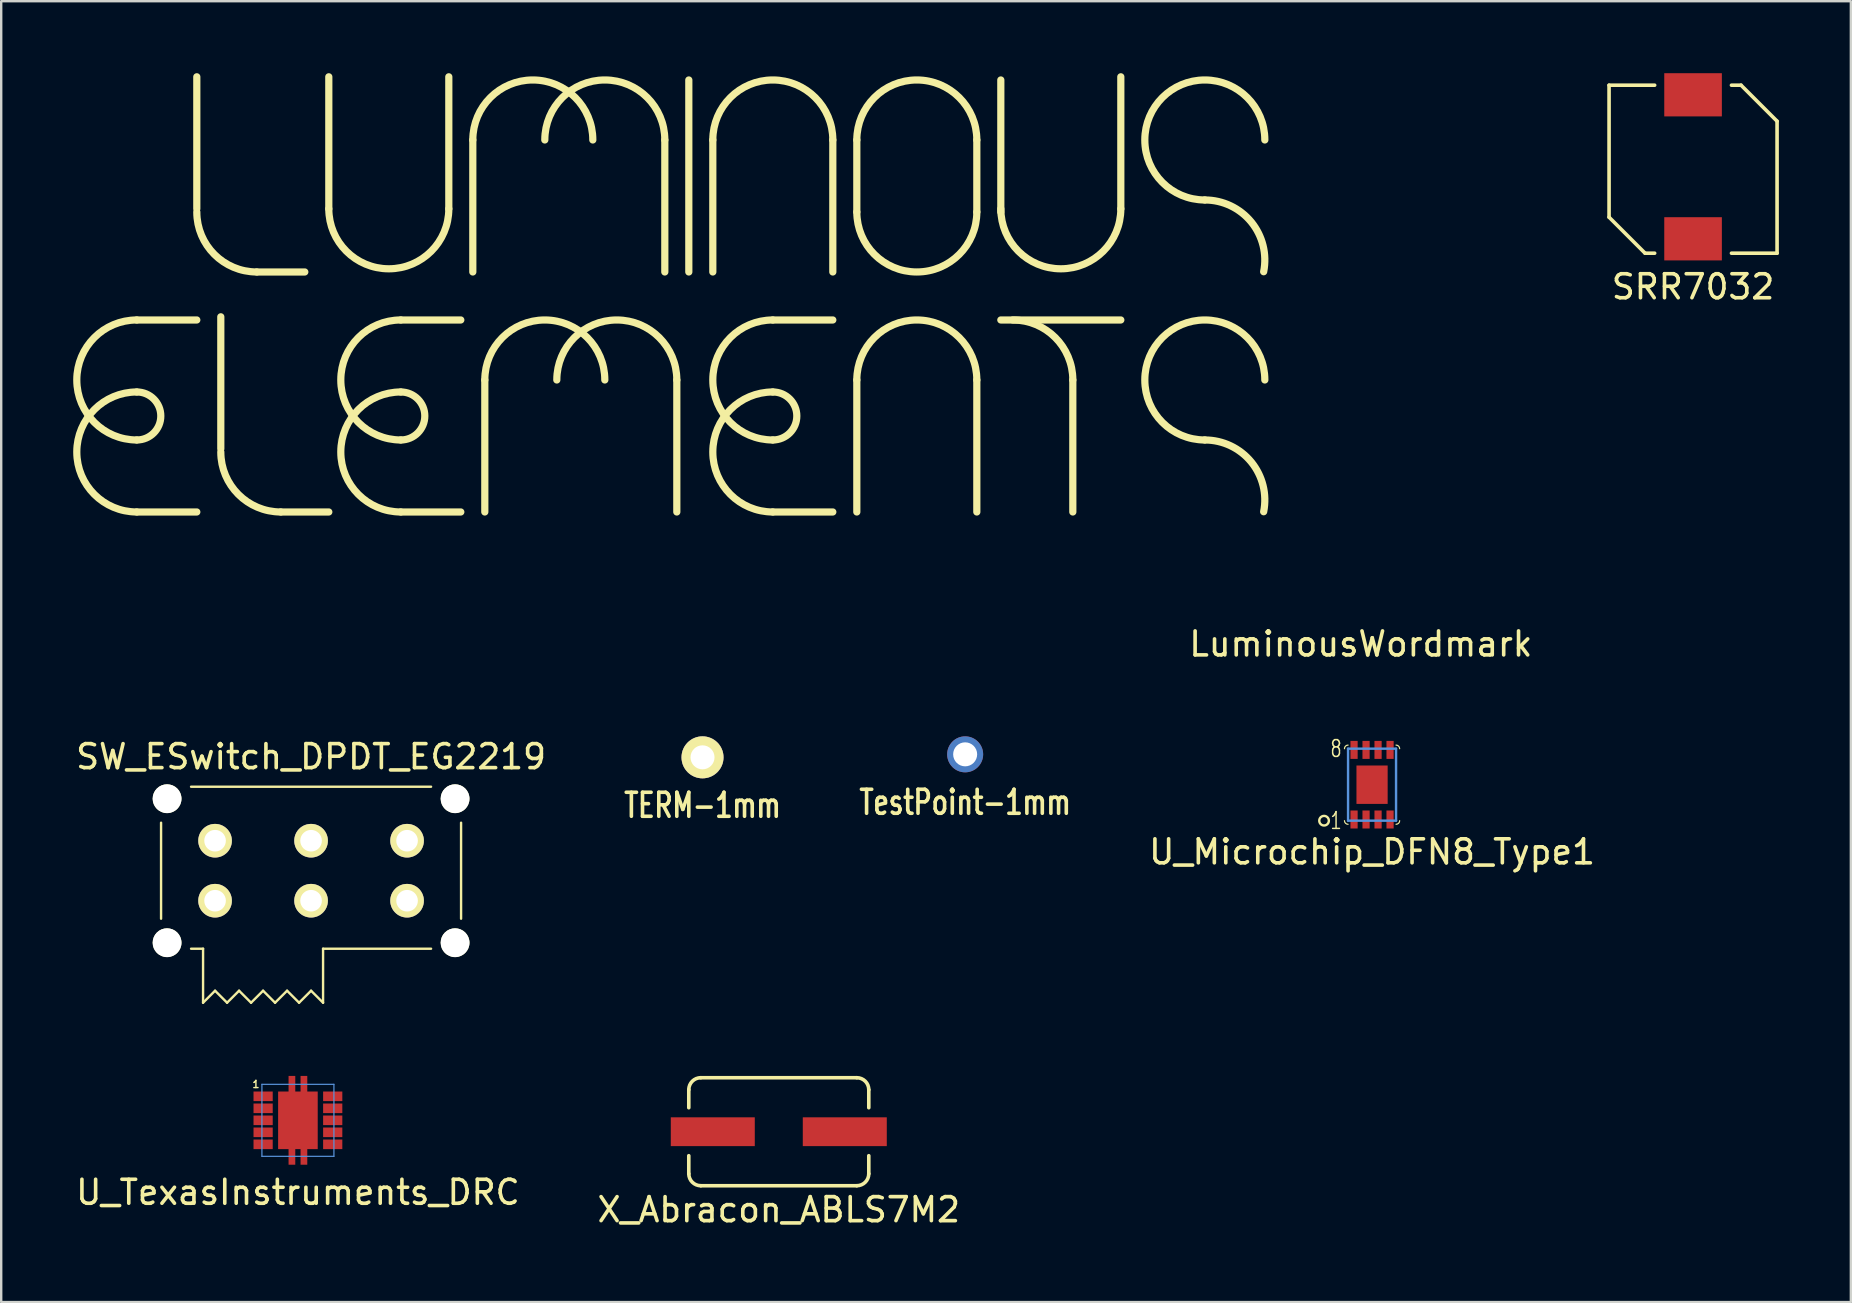
<source format=kicad_pcb>
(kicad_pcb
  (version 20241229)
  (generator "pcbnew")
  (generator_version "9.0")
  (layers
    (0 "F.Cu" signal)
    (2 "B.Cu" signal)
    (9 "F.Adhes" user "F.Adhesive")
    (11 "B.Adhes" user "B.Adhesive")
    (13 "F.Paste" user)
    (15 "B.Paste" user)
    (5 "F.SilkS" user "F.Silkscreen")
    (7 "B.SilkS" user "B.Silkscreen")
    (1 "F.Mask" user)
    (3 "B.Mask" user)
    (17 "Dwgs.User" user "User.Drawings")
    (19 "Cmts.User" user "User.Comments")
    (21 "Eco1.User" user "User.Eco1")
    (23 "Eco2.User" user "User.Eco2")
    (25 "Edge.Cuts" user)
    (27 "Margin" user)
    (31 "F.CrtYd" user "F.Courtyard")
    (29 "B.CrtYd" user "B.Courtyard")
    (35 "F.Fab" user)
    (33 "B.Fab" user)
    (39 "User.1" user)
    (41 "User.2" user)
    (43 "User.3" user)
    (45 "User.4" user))
  (footprint "TERM-1mm"
    (layer "F.Cu")
    (at 26.221 28.505)
    (property "Reference" "TERM-1mm" (at 0 2 0) (layer "F.SilkS") (effects (font (size 1 0.75) (thickness 0.15))))
    (attr through_hole)
    (pad "1" thru_hole circle (at 0 0) (size 1.75 1.75) (drill 1) (layers "*.Cu" "*.Mask" "F.SilkS")))
  (footprint "SW_ESwitch_DPDT_EG2219"
    (layer "F.Cu")
    (at 9.911 33.229)
    (property "Reference" "SW_ESwitch_DPDT_EG2219" (at 0 -4.75 0) (layer "F.SilkS") (effects (font (size 1 1) (thickness 0.15))))
    (attr through_hole)
    (fp_line (start -6.25 -2) (end -6.25 2) (stroke (width 0.1) (type solid)) (layer "F.SilkS"))
    (fp_line (start -5 -3.5) (end 5 -3.5) (stroke (width 0.1) (type solid)) (layer "F.SilkS"))
    (fp_line (start -5 3.25) (end -4.5 3.25) (stroke (width 0.1) (type solid)) (layer "F.SilkS"))
    (fp_line (start -4.5 3.25) (end -4.5 5.5) (stroke (width 0.1) (type solid)) (layer "F.SilkS"))
    (fp_line (start -4.5 5.5) (end -4 5) (stroke (width 0.1) (type solid)) (layer "F.SilkS"))
    (fp_line (start -4 5) (end -3.5 5.5) (stroke (width 0.1) (type solid)) (layer "F.SilkS"))
    (fp_line (start -3.5 5.5) (end -3 5) (stroke (width 0.1) (type solid)) (layer "F.SilkS"))
    (fp_line (start -3 5) (end -2.5 5.5) (stroke (width 0.1) (type solid)) (layer "F.SilkS"))
    (fp_line (start -2.5 5.5) (end -2 5) (stroke (width 0.1) (type solid)) (layer "F.SilkS"))
    (fp_line (start -2 5) (end -1.5 5.5) (stroke (width 0.1) (type solid)) (layer "F.SilkS"))
    (fp_line (start -1.5 5.5) (end -1 5) (stroke (width 0.1) (type solid)) (layer "F.SilkS"))
    (fp_line (start -1 5) (end -0.5 5.5) (stroke (width 0.1) (type solid)) (layer "F.SilkS"))
    (fp_line (start -0.5 5.5) (end 0 5) (stroke (width 0.1) (type solid)) (layer "F.SilkS"))
    (fp_line (start 0 5) (end 0.5 5.5) (stroke (width 0.1) (type solid)) (layer "F.SilkS"))
    (fp_line (start 0.5 3.25) (end 5 3.25) (stroke (width 0.1) (type solid)) (layer "F.SilkS"))
    (fp_line (start 0.5 5.5) (end 0.5 3.25) (stroke (width 0.1) (type solid)) (layer "F.SilkS"))
    (fp_line (start 6.25 -2) (end 6.25 2) (stroke (width 0.1) (type solid)) (layer "F.SilkS"))
    (pad "" np_thru_hole circle (at -6 -3) (size 1.2 1.2) (drill 1.2) (layers "*.Cu" "*.Mask" "F.SilkS"))
    (pad "" np_thru_hole circle (at -6 3) (size 1.2 1.2) (drill 1.2) (layers "*.Cu" "*.Mask" "F.SilkS"))
    (pad "" np_thru_hole circle (at 6 -3) (size 1.2 1.2) (drill 1.2) (layers "*.Cu" "*.Mask" "F.SilkS"))
    (pad "" np_thru_hole circle (at 6 3) (size 1.2 1.2) (drill 1.2) (layers "*.Cu" "*.Mask" "F.SilkS"))
    (pad "1" thru_hole circle (at -4 1.25) (size 1.4 1.4) (drill 0.9) (layers "*.Cu" "*.Mask" "F.SilkS"))
    (pad "2" thru_hole circle (at 0 1.25) (size 1.4 1.4) (drill 0.9) (layers "*.Cu" "*.Mask" "F.SilkS"))
    (pad "3" thru_hole circle (at 4 1.25) (size 1.4 1.4) (drill 0.9) (layers "*.Cu" "*.Mask" "F.SilkS"))
    (pad "4" thru_hole circle (at -4 -1.25) (size 1.4 1.4) (drill 0.9) (layers "*.Cu" "*.Mask" "F.SilkS"))
    (pad "5" thru_hole circle (at 0 -1.25) (size 1.4 1.4) (drill 0.9) (layers "*.Cu" "*.Mask" "F.SilkS"))
    (pad "6" thru_hole circle (at 4 -1.25) (size 1.4 1.4) (drill 0.9) (layers "*.Cu" "*.Mask" "F.SilkS")))
  (footprint "SRR7032"
    (layer "F.Cu")
    (at 67.493 0.9)
    (property "Reference" "SRR7032" (at 0 8 0) (layer "F.SilkS") (effects (font (size 1 1) (thickness 0.15))))
    (attr through_hole)
    (fp_line (start -3.5 -0.4) (end -3.5 5.1) (stroke (width 0.15) (type solid)) (layer "F.SilkS"))
    (fp_line (start -3.5 -0.4) (end -1.6 -0.4) (stroke (width 0.15) (type solid)) (layer "F.SilkS"))
    (fp_line (start -3.5 5.1) (end -2 6.6) (stroke (width 0.15) (type solid)) (layer "F.SilkS"))
    (fp_line (start -2 6.6) (end -1.6 6.6) (stroke (width 0.15) (type solid)) (layer "F.SilkS"))
    (fp_line (start 1.6 -0.4) (end 2 -0.4) (stroke (width 0.15) (type solid)) (layer "F.SilkS"))
    (fp_line (start 1.6 6.6) (end 3.5 6.6) (stroke (width 0.15) (type solid)) (layer "F.SilkS"))
    (fp_line (start 2 -0.4) (end 3.5 1.1) (stroke (width 0.15) (type solid)) (layer "F.SilkS"))
    (fp_line (start 3.5 1.1) (end 3.5 6.6) (stroke (width 0.15) (type solid)) (layer "F.SilkS"))
    (pad "1" smd rect (at 0 0) (size 2.4 1.8) (layers "F.Cu" "F.Mask" "F.Paste"))
    (pad "2" smd rect (at 0 6) (size 2.4 1.8) (layers "F.Cu" "F.Mask" "F.Paste")))
  (footprint "U_Microchip_DFN8_Type1"
    (layer "F.Cu")
    (at 54.118 29.645)
    (property "Reference" "U_Microchip_DFN8_Type1" (at 0 2.8 0) (layer "F.SilkS") (effects (font (size 1 1) (thickness 0.15))))
    (attr through_hole)
    (fp_arc (start -1.15 -1.5) (mid -1.106066 -1.606066) (end -1 -1.65) (stroke (width 0.05) (type solid)) (layer "F.SilkS"))
    (fp_arc (start -1 1.65) (mid -1.106066 1.606066) (end -1.15 1.5) (stroke (width 0.05) (type solid)) (layer "F.SilkS"))
    (fp_arc (start 1 -1.65) (mid 1.106066 -1.606066) (end 1.15 -1.5) (stroke (width 0.05) (type solid)) (layer "F.SilkS"))
    (fp_arc (start 1.15 1.5) (mid 1.106066 1.606066) (end 1 1.65) (stroke (width 0.05) (type solid)) (layer "F.SilkS"))
    (fp_circle (center -2 1.5) (end -2 1.3) (stroke (width 0.1) (type solid)) (fill no) (layer "F.SilkS"))
    (fp_line (start -1 -1.5) (end 1 -1.5) (stroke (width 0.1) (type solid)) (layer "Cmts.User"))
    (fp_line (start -1 1.5) (end -1 -1.5) (stroke (width 0.1) (type solid)) (layer "Cmts.User"))
    (fp_line (start 1 -1.5) (end 1 1.5) (stroke (width 0.1) (type solid)) (layer "Cmts.User"))
    (fp_line (start 1 1.5) (end -1 1.5) (stroke (width 0.1) (type solid)) (layer "Cmts.User"))
    (fp_text user "8" (at -1.5 -1.5 0) (layer "F.SilkS") (effects (font (size 0.7 0.5) (thickness 0.06))))
    (fp_text user "1" (at -1.5 1.5 0) (layer "F.SilkS") (effects (font (size 0.7 0.5) (thickness 0.06))))
    (pad "1" smd rect (at 0.75 -1.45) (size 0.3 0.75) (layers "F.Cu" "F.Mask" "F.Paste"))
    (pad "2" smd rect (at 0 0) (size 1.3 1.6) (layers "F.Cu" "F.Mask" "F.Paste"))
    (pad "2" smd rect (at 0.25 -1.45) (size 0.3 0.75) (layers "F.Cu" "F.Mask" "F.Paste"))
    (pad "3" smd rect (at 0.25 1.45) (size 0.3 0.75) (layers "F.Cu" "F.Mask" "F.Paste"))
    (pad "3" smd rect (at 0.75 1.45) (size 0.3 0.75) (layers "F.Cu" "F.Mask" "F.Paste"))
    (pad "4" smd rect (at -0.75 1.45) (size 0.3 0.75) (layers "F.Cu" "F.Mask" "F.Paste"))
    (pad "4" smd rect (at -0.25 1.45) (size 0.3 0.75) (layers "F.Cu" "F.Mask" "F.Paste"))
    (pad "5" smd rect (at -0.75 -1.45) (size 0.3 0.75) (layers "F.Cu" "F.Mask" "F.Paste"))
    (pad "7" smd rect (at -0.25 -1.45) (size 0.3 0.75) (layers "F.Cu" "F.Mask" "F.Paste")))
  (footprint "TestPoint-1mm"
    (layer "F.Cu")
    (at 37.164 28.38)
    (property "Reference" "TestPoint-1mm" (at 0 2 0) (layer "F.SilkS") (effects (font (size 1 0.75) (thickness 0.15))))
    (attr through_hole)
    (pad "1" thru_hole circle (at 0 0) (size 1.5 1.5) (drill 1) (layers "*.Cu" "*.Mask")))
  (footprint "LuminousWordmark"
    (layer "F.Cu")
    (at 49.65 18.282)
    (property "Reference" "LuminousWordmark" (at 4 5.5 0) (layer "F.SilkS") (effects (font (size 1 1) (thickness 0.15))))
    (attr through_hole)
    (fp_line (start -47 -8) (end -44.5 -8) (stroke (width 0.3) (type solid)) (layer "F.SilkS"))
    (fp_line (start -47 0) (end -44.5 0) (stroke (width 0.3) (type solid)) (layer "F.SilkS"))
    (fp_line (start -44.5 -18.132) (end -44.5 -12.632) (stroke (width 0.3) (type solid)) (layer "F.SilkS"))
    (fp_line (start -43.5 -8.132) (end -43.5 -2.632) (stroke (width 0.3) (type solid)) (layer "F.SilkS"))
    (fp_line (start -42 -10) (end -40 -10) (stroke (width 0.3) (type solid)) (layer "F.SilkS"))
    (fp_line (start -41 0) (end -39 0) (stroke (width 0.3) (type solid)) (layer "F.SilkS"))
    (fp_line (start -39 -18.132) (end -39 -12.632) (stroke (width 0.3) (type solid)) (layer "F.SilkS"))
    (fp_line (start -36 -8) (end -33.5 -8) (stroke (width 0.3) (type solid)) (layer "F.SilkS"))
    (fp_line (start -36 0) (end -33.5 0) (stroke (width 0.3) (type solid)) (layer "F.SilkS"))
    (fp_line (start -34 -12.632) (end -34 -18.132) (stroke (width 0.3) (type solid)) (layer "F.SilkS"))
    (fp_line (start -33 -15.5) (end -33 -10) (stroke (width 0.3) (type solid)) (layer "F.SilkS"))
    (fp_line (start -32.5 -5.5) (end -32.5 0) (stroke (width 0.3) (type solid)) (layer "F.SilkS"))
    (fp_line (start -25 -15.5) (end -25 -10) (stroke (width 0.3) (type solid)) (layer "F.SilkS"))
    (fp_line (start -24.5 -5.5) (end -24.5 0) (stroke (width 0.3) (type solid)) (layer "F.SilkS"))
    (fp_line (start -24 -10) (end -24 -18) (stroke (width 0.3) (type solid)) (layer "F.SilkS"))
    (fp_line (start -23 -10) (end -23 -15.5) (stroke (width 0.3) (type solid)) (layer "F.SilkS"))
    (fp_line (start -20.5 -8) (end -18 -8) (stroke (width 0.3) (type solid)) (layer "F.SilkS"))
    (fp_line (start -20.5 0) (end -18 0) (stroke (width 0.3) (type solid)) (layer "F.SilkS"))
    (fp_line (start -18 -15.5) (end -18 -10) (stroke (width 0.3) (type solid)) (layer "F.SilkS"))
    (fp_line (start -17 -15.5) (end -17 -12.5) (stroke (width 0.3) (type solid)) (layer "F.SilkS"))
    (fp_line (start -17 0) (end -17 -5.5) (stroke (width 0.3) (type solid)) (layer "F.SilkS"))
    (fp_line (start -12 -12.5) (end -12 -15.5) (stroke (width 0.3) (type solid)) (layer "F.SilkS"))
    (fp_line (start -12 -5.5) (end -12 0) (stroke (width 0.3) (type solid)) (layer "F.SilkS"))
    (fp_line (start -11 -18) (end -11 -12.5) (stroke (width 0.3) (type solid)) (layer "F.SilkS"))
    (fp_line (start -11 -8) (end -6 -8) (stroke (width 0.3) (type solid)) (layer "F.SilkS"))
    (fp_line (start -8 0) (end -8 -5.5) (stroke (width 0.3) (type solid)) (layer "F.SilkS"))
    (fp_line (start -6 -12.632) (end -6 -18.132) (stroke (width 0.3) (type solid)) (layer "F.SilkS"))
    (fp_arc (start -47 -5) (mid -46 -4) (end -47 -3) (stroke (width 0.3) (type solid)) (layer "F.SilkS"))
    (fp_arc (start -47 -3) (mid -49.5 -5.5) (end -47 -8) (stroke (width 0.3) (type solid)) (layer "F.SilkS"))
    (fp_arc (start -47 0) (mid -49.5 -2.5) (end -47 -5) (stroke (width 0.3) (type solid)) (layer "F.SilkS"))
    (fp_arc (start -42 -10) (mid -43.767767 -10.732233) (end -44.5 -12.5) (stroke (width 0.3) (type solid)) (layer "F.SilkS"))
    (fp_arc (start -41 0) (mid -42.767767 -0.732233) (end -43.5 -2.5) (stroke (width 0.3) (type solid)) (layer "F.SilkS"))
    (fp_arc (start -36 -5) (mid -35 -4) (end -36 -3) (stroke (width 0.3) (type solid)) (layer "F.SilkS"))
    (fp_arc (start -36 -3) (mid -38.5 -5.5) (end -36 -8) (stroke (width 0.3) (type solid)) (layer "F.SilkS"))
    (fp_arc (start -36 0) (mid -38.5 -2.5) (end -36 -5) (stroke (width 0.3) (type solid)) (layer "F.SilkS"))
    (fp_arc (start -34 -12.632122) (mid -36.5 -10.132122) (end -39 -12.632122) (stroke (width 0.3) (type solid)) (layer "F.SilkS"))
    (fp_arc (start -33 -15.5) (mid -30.5 -18) (end -28 -15.5) (stroke (width 0.3) (type solid)) (layer "F.SilkS"))
    (fp_arc (start -32.5 -5.5) (mid -30 -8) (end -27.5 -5.5) (stroke (width 0.3) (type solid)) (layer "F.SilkS"))
    (fp_arc (start -30 -15.5) (mid -27.5 -18) (end -25 -15.5) (stroke (width 0.3) (type solid)) (layer "F.SilkS"))
    (fp_arc (start -29.5 -5.5) (mid -27 -8) (end -24.5 -5.5) (stroke (width 0.3) (type solid)) (layer "F.SilkS"))
    (fp_arc (start -23 -15.5) (mid -20.5 -18) (end -18 -15.5) (stroke (width 0.3) (type solid)) (layer "F.SilkS"))
    (fp_arc (start -20.5 -5) (mid -19.5 -4) (end -20.5 -3) (stroke (width 0.3) (type solid)) (layer "F.SilkS"))
    (fp_arc (start -20.5 -3) (mid -23 -5.5) (end -20.5 -8) (stroke (width 0.3) (type solid)) (layer "F.SilkS"))
    (fp_arc (start -20.5 0) (mid -23 -2.5) (end -20.5 -5) (stroke (width 0.3) (type solid)) (layer "F.SilkS"))
    (fp_arc (start -17 -15.5) (mid -14.5 -18) (end -12 -15.5) (stroke (width 0.3) (type solid)) (layer "F.SilkS"))
    (fp_arc (start -17 -5.5) (mid -14.5 -8) (end -12 -5.5) (stroke (width 0.3) (type solid)) (layer "F.SilkS"))
    (fp_arc (start -12 -12.5) (mid -14.5 -10) (end -17 -12.5) (stroke (width 0.3) (type solid)) (layer "F.SilkS"))
    (fp_arc (start -10.5 -8) (mid -8.732233 -7.267767) (end -8 -5.5) (stroke (width 0.3) (type solid)) (layer "F.SilkS"))
    (fp_arc (start -6 -12.632122) (mid -8.5 -10.132122) (end -11 -12.632122) (stroke (width 0.3) (type solid)) (layer "F.SilkS"))
    (fp_arc (start -2.5 -13) (mid -0.566782 -12.08514) (end -0.048463 -10.010135) (stroke (width 0.3) (type solid)) (layer "F.SilkS"))
    (fp_arc (start -2.5 -13) (mid -4.267767 -17.267767) (end 0 -15.5) (stroke (width 0.3) (type solid)) (layer "F.SilkS"))
    (fp_arc (start -2.5 -3) (mid -0.566782 -2.08514) (end -0.048463 -0.010135) (stroke (width 0.3) (type solid)) (layer "F.SilkS"))
    (fp_arc (start -2.5 -3) (mid -4.267767 -7.267767) (end 0 -5.5) (stroke (width 0.3) (type solid)) (layer "F.SilkS")))
  (footprint "X_Abracon_ABLS7M2"
    (layer "F.Cu")
    (at 29.399 44.104)
    (property "Reference" "X_Abracon_ABLS7M2" (at 0 3.25 0) (layer "F.SilkS") (effects (font (size 1 1) (thickness 0.15))))
    (attr through_hole)
    (fp_line (start -3.75 -1.75) (end -3.75 -1) (stroke (width 0.15) (type solid)) (layer "F.SilkS"))
    (fp_line (start -3.75 1.75) (end -3.75 1) (stroke (width 0.15) (type solid)) (layer "F.SilkS"))
    (fp_line (start -3.25 -2.25) (end 3.25 -2.25) (stroke (width 0.15) (type solid)) (layer "F.SilkS"))
    (fp_line (start 3.25 2.25) (end -3.25 2.25) (stroke (width 0.15) (type solid)) (layer "F.SilkS"))
    (fp_line (start 3.75 -1.75) (end 3.75 -1) (stroke (width 0.15) (type solid)) (layer "F.SilkS"))
    (fp_line (start 3.75 1.75) (end 3.75 1) (stroke (width 0.15) (type solid)) (layer "F.SilkS"))
    (fp_arc (start -3.75 -1.75) (mid -3.603553 -2.103553) (end -3.25 -2.25) (stroke (width 0.15) (type solid)) (layer "F.SilkS"))
    (fp_arc (start -3.25 2.25) (mid -3.603553 2.103553) (end -3.75 1.75) (stroke (width 0.15) (type solid)) (layer "F.SilkS"))
    (fp_arc (start 3.25 -2.25) (mid 3.603553 -2.103553) (end 3.75 -1.75) (stroke (width 0.15) (type solid)) (layer "F.SilkS"))
    (fp_arc (start 3.75 1.75) (mid 3.603553 2.103553) (end 3.25 2.25) (stroke (width 0.15) (type solid)) (layer "F.SilkS"))
    (pad "1" smd rect (at -2.75 0) (size 3.5 1.2) (layers "F.Cu" "F.Mask" "F.Paste"))
    (pad "2" smd rect (at 2.75 0) (size 3.5 1.2) (layers "F.Cu" "F.Mask" "F.Paste")))
  (footprint "U_TexasInstruments_DRC"
    (layer "F.Cu")
    (at 9.363 43.629)
    (property "Reference" "U_TexasInstruments_DRC" (at 0 3 0) (layer "F.SilkS") (effects (font (size 1 1) (thickness 0.15))))
    (attr through_hole)
    (fp_line (start -1.5 -1.5) (end 1.5 -1.5) (stroke (width 0.05) (type solid)) (layer "Cmts.User"))
    (fp_line (start -1.5 1.5) (end -1.5 -1.5) (stroke (width 0.05) (type solid)) (layer "Cmts.User"))
    (fp_line (start 1.5 -1.5) (end 1.5 1.5) (stroke (width 0.05) (type solid)) (layer "Cmts.User"))
    (fp_line (start 1.5 1.5) (end -1.5 1.5) (stroke (width 0.05) (type solid)) (layer "Cmts.User"))
    (fp_text user "1" (at -1.75 -1.5 0) (layer "F.SilkS") (effects (font (size 0.3 0.3) (thickness 0.06))))
    (pad "1" smd rect (at -1.45 -1 270) (size 0.4 0.8) (layers "F.Cu" "F.Mask" "F.Paste"))
    (pad "2" smd rect (at -1.45 -0.5 270) (size 0.4 0.8) (layers "F.Cu" "F.Mask" "F.Paste"))
    (pad "3" smd rect (at -1.45 0 270) (size 0.4 0.8) (layers "F.Cu" "F.Mask" "F.Paste"))
    (pad "4" smd rect (at -1.45 0.5 270) (size 0.4 0.8) (layers "F.Cu" "F.Mask" "F.Paste"))
    (pad "4" smd rect (at -0.25 -1.5 270) (size 0.7 0.28) (layers "F.Cu" "F.Mask" "F.Paste"))
    (pad "4" smd rect (at -0.25 1.5 270) (size 0.7 0.28) (layers "F.Cu" "F.Mask" "F.Paste"))
    (pad "4" smd rect (at 0 0 270) (size 2.4 1.65) (layers "F.Cu" "F.Mask" "F.Paste"))
    (pad "4" smd rect (at 0.25 -1.5 270) (size 0.7 0.28) (layers "F.Cu" "F.Mask" "F.Paste"))
    (pad "4" smd rect (at 0.25 1.5 270) (size 0.7 0.28) (layers "F.Cu" "F.Mask" "F.Paste"))
    (pad "5" smd rect (at -1.45 1 270) (size 0.4 0.8) (layers "F.Cu" "F.Mask" "F.Paste"))
    (pad "6" smd rect (at 1.45 1 270) (size 0.4 0.8) (layers "F.Cu" "F.Mask" "F.Paste"))
    (pad "7" smd rect (at 1.45 0.5 270) (size 0.4 0.8) (layers "F.Cu" "F.Mask" "F.Paste"))
    (pad "8" smd rect (at 1.45 0 270) (size 0.4 0.8) (layers "F.Cu" "F.Mask" "F.Paste"))
    (pad "9" smd rect (at 1.45 -0.5 270) (size 0.4 0.8) (layers "F.Cu" "F.Mask" "F.Paste"))
    (pad "10" smd rect (at 1.45 -1 270) (size 0.4 0.8) (layers "F.Cu" "F.Mask" "F.Paste")))
  (gr_rect
    (start -3 -3)
    (end 74.068 51.202)
    (stroke (width 0.1) (type default))
    (fill no)
    (layer "Edge.Cuts")))
</source>
